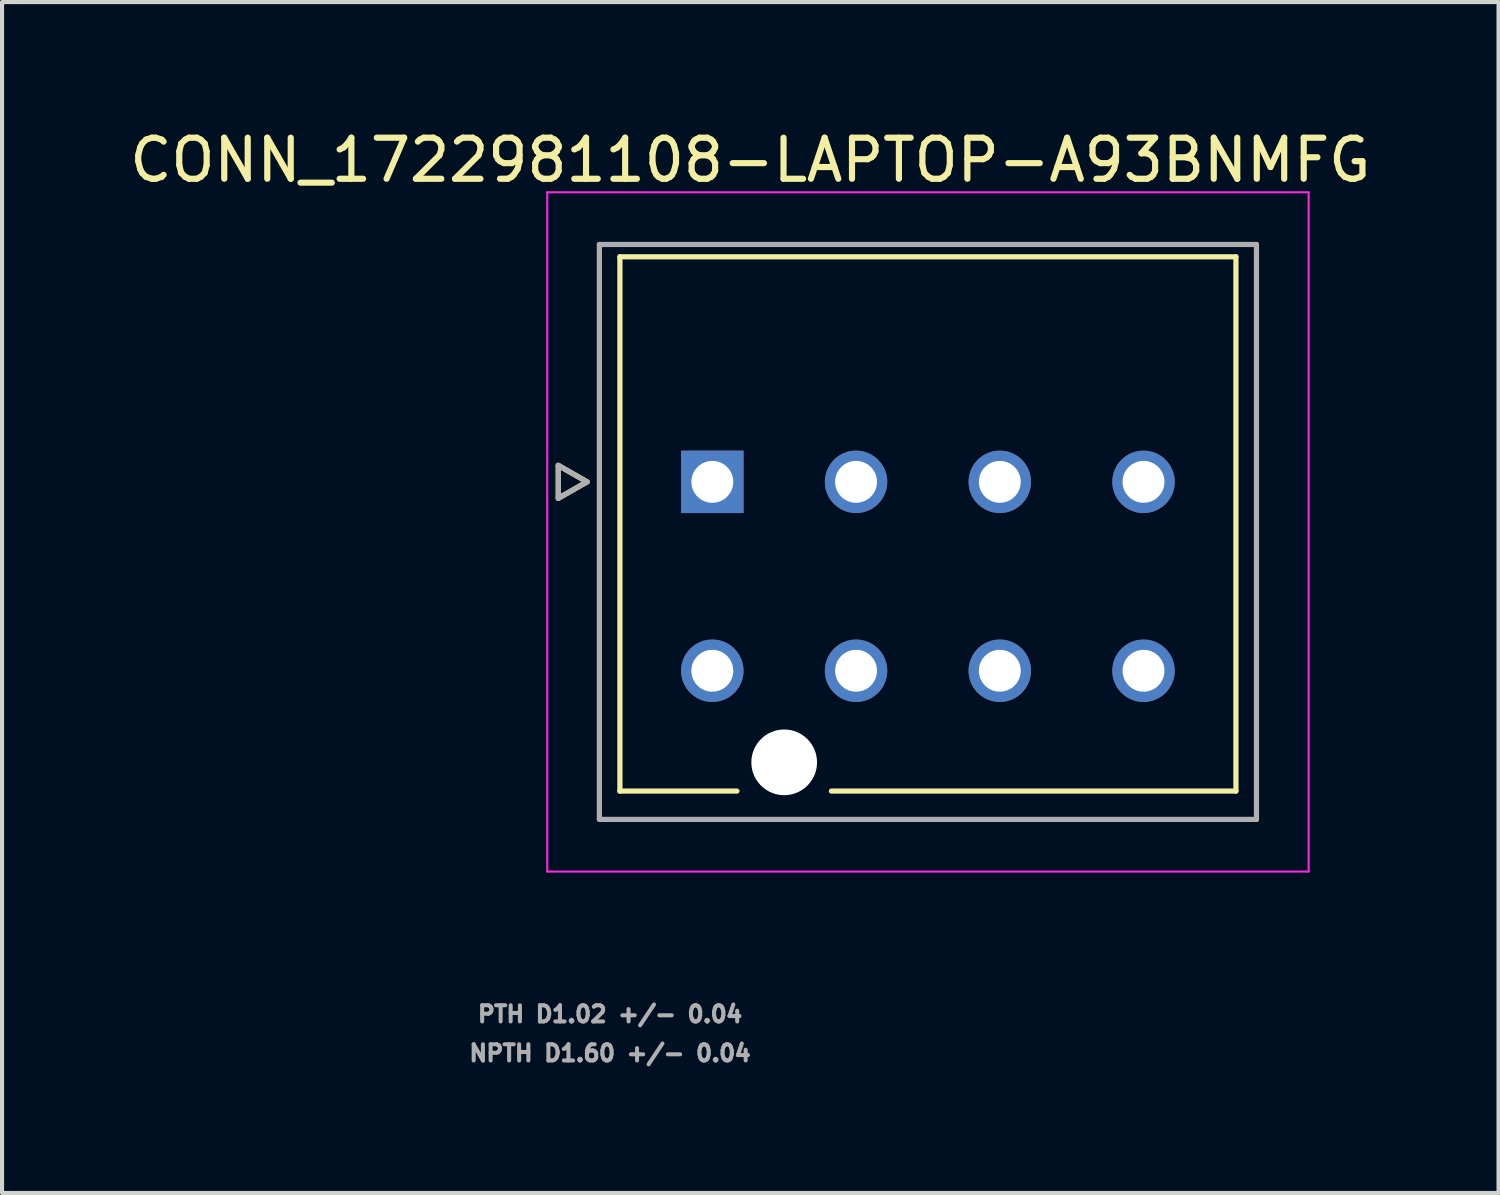
<source format=kicad_pcb>
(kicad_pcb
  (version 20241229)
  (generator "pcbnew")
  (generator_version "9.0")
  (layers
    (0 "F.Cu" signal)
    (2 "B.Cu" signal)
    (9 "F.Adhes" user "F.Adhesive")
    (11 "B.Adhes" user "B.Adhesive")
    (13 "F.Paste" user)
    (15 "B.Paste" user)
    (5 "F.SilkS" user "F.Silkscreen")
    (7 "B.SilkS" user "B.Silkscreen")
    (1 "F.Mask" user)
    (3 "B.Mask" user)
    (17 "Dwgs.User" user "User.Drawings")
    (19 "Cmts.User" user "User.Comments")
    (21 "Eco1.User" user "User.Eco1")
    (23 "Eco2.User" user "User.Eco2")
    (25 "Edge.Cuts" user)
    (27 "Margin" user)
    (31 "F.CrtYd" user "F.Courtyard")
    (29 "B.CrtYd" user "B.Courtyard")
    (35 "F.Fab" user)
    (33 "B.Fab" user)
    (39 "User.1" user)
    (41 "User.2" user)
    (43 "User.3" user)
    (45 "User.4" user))
  (footprint "CONN_1722981108-LAPTOP-A93BNMFG"
    (layer "F.Cu")
    (at 14.295 8.683)
    (property "Reference" "CONN_1722981108-LAPTOP-A93BNMFG" (at 0.925 -7.835 0) (layer "F.SilkS") (effects (font (size 1 1) (thickness 0.15))))
    (attr through_hole)
    (fp_circle (center 0 4.6) (end 0.418 4.6) (stroke (width 0.836) (type solid)) (fill no) (layer "F.Mask"))
    (fp_circle (center 1.75 6.83) (end 2.188 6.83) (stroke (width 0.876) (type solid)) (fill no) (layer "F.Mask"))
    (fp_circle (center 3.5 0) (end 3.918 0) (stroke (width 0.836) (type solid)) (fill no) (layer "F.Mask"))
    (fp_circle (center 3.5 4.6) (end 3.918 4.6) (stroke (width 0.836) (type solid)) (fill no) (layer "F.Mask"))
    (fp_circle (center 7 0) (end 7.418 0) (stroke (width 0.836) (type solid)) (fill no) (layer "F.Mask"))
    (fp_circle (center 7 4.6) (end 7.418 4.6) (stroke (width 0.836) (type solid)) (fill no) (layer "F.Mask"))
    (fp_circle (center 10.5 0) (end 10.918 0) (stroke (width 0.836) (type solid)) (fill no) (layer "F.Mask"))
    (fp_circle (center 10.5 4.6) (end 10.918 4.6) (stroke (width 0.836) (type solid)) (fill no) (layer "F.Mask"))
    (fp_poly (pts (xy -0.836 -0.836) (xy 0.836 -0.836) (xy 0.836 0.836) (xy -0.836 0.836)) (stroke (width 0.01) (type solid)) (fill yes) (layer "F.Mask"))
    (fp_circle (center 0 4.6) (end 0.418 4.6) (stroke (width 0.836) (type solid)) (fill no) (layer "B.Mask"))
    (fp_circle (center 1.75 6.83) (end 2.188 6.83) (stroke (width 0.876) (type solid)) (fill no) (layer "B.Mask"))
    (fp_circle (center 3.5 0) (end 3.918 0) (stroke (width 0.836) (type solid)) (fill no) (layer "B.Mask"))
    (fp_circle (center 3.5 4.6) (end 3.918 4.6) (stroke (width 0.836) (type solid)) (fill no) (layer "B.Mask"))
    (fp_circle (center 7 0) (end 7.418 0) (stroke (width 0.836) (type solid)) (fill no) (layer "B.Mask"))
    (fp_circle (center 7 4.6) (end 7.418 4.6) (stroke (width 0.836) (type solid)) (fill no) (layer "B.Mask"))
    (fp_circle (center 10.5 0) (end 10.918 0) (stroke (width 0.836) (type solid)) (fill no) (layer "B.Mask"))
    (fp_circle (center 10.5 4.6) (end 10.918 4.6) (stroke (width 0.836) (type solid)) (fill no) (layer "B.Mask"))
    (fp_poly (pts (xy -0.836 -0.836) (xy 0.836 -0.836) (xy 0.836 0.836) (xy -0.836 0.836)) (stroke (width 0.01) (type solid)) (fill yes) (layer "B.Mask"))
    (fp_line (start -3.75 -0.4) (end -3.75 0.4) (stroke (width 0.127) (type solid)) (layer "F.SilkS"))
    (fp_line (start -3.75 0.4) (end -3.05 0) (stroke (width 0.127) (type solid)) (layer "F.SilkS"))
    (fp_line (start -3.05 0) (end -3.75 -0.4) (stroke (width 0.127) (type solid)) (layer "F.SilkS"))
    (fp_line (start -2.25 -5.48) (end 12.75 -5.48) (stroke (width 0.127) (type solid)) (layer "F.SilkS"))
    (fp_line (start -2.25 7.53) (end -2.25 -5.48) (stroke (width 0.127) (type solid)) (layer "F.SilkS"))
    (fp_line (start 0.6 7.53) (end -2.25 7.53) (stroke (width 0.127) (type solid)) (layer "F.SilkS"))
    (fp_line (start 12.75 -5.48) (end 12.75 7.53) (stroke (width 0.127) (type solid)) (layer "F.SilkS"))
    (fp_line (start 12.75 7.53) (end 2.9 7.53) (stroke (width 0.127) (type solid)) (layer "F.SilkS"))
    (fp_line (start -4.02 -7.05) (end -4.02 9.49) (stroke (width 0.05) (type solid)) (layer "F.CrtYd"))
    (fp_line (start -4.02 9.49) (end 14.52 9.49) (stroke (width 0.05) (type solid)) (layer "F.CrtYd"))
    (fp_line (start 14.52 -7.05) (end -4.02 -7.05) (stroke (width 0.05) (type solid)) (layer "F.CrtYd"))
    (fp_line (start 14.52 9.49) (end 14.52 -7.05) (stroke (width 0.05) (type solid)) (layer "F.CrtYd"))
    (fp_line (start -3.75 -0.4) (end -3.75 0.4) (stroke (width 0.127) (type solid)) (layer "F.Fab"))
    (fp_line (start -3.75 0.4) (end -3.05 0) (stroke (width 0.127) (type solid)) (layer "F.Fab"))
    (fp_line (start -3.05 0) (end -3.75 -0.4) (stroke (width 0.127) (type solid)) (layer "F.Fab"))
    (fp_line (start -2.75 -5.78) (end -2.75 8.22) (stroke (width 0.127) (type solid)) (layer "F.Fab"))
    (fp_line (start -2.75 8.22) (end 13.25 8.22) (stroke (width 0.127) (type solid)) (layer "F.Fab"))
    (fp_line (start 13.25 -5.78) (end -2.75 -5.78) (stroke (width 0.127) (type solid)) (layer "F.Fab"))
    (fp_line (start 13.25 8.22) (end 13.25 -5.78) (stroke (width 0.127) (type solid)) (layer "F.Fab"))
    (fp_text user "NPTH D1.60 +/- 0.04" (at -2.49 13.912 0) (layer "F.Fab") (effects (font (size 0.394 0.394) (thickness 0.15))))
    (fp_text user "PTH D1.02 +/- 0.04" (at -2.49 12.962 0) (layer "F.Fab") (effects (font (size 0.394 0.394) (thickness 0.15))))
    (pad "" np_thru_hole circle (at 1.75 6.83) (size 1.6 1.6) (drill 1.6) (layers "*.Cu" "*.Mask"))
    (pad "1" thru_hole rect (at 0 0) (size 1.52 1.52) (drill 1.02) (layers "*.Cu"))
    (pad "2" thru_hole circle (at 3.5 0) (size 1.52 1.52) (drill 1.02) (layers "*.Cu"))
    (pad "3" thru_hole circle (at 7 0) (size 1.52 1.52) (drill 1.02) (layers "*.Cu"))
    (pad "4" thru_hole circle (at 10.5 0) (size 1.52 1.52) (drill 1.02) (layers "*.Cu"))
    (pad "5" thru_hole circle (at 0 4.6) (size 1.52 1.52) (drill 1.02) (layers "*.Cu"))
    (pad "6" thru_hole circle (at 3.5 4.6) (size 1.52 1.52) (drill 1.02) (layers "*.Cu"))
    (pad "7" thru_hole circle (at 7 4.6) (size 1.52 1.52) (drill 1.02) (layers "*.Cu"))
    (pad "8" thru_hole circle (at 10.5 4.6) (size 1.52 1.52) (drill 1.02) (layers "*.Cu")))
  (gr_rect
    (start -3 -3)
    (end 33.44 25.999)
    (stroke (width 0.1) (type default))
    (fill no)
    (layer "Edge.Cuts")))
</source>
